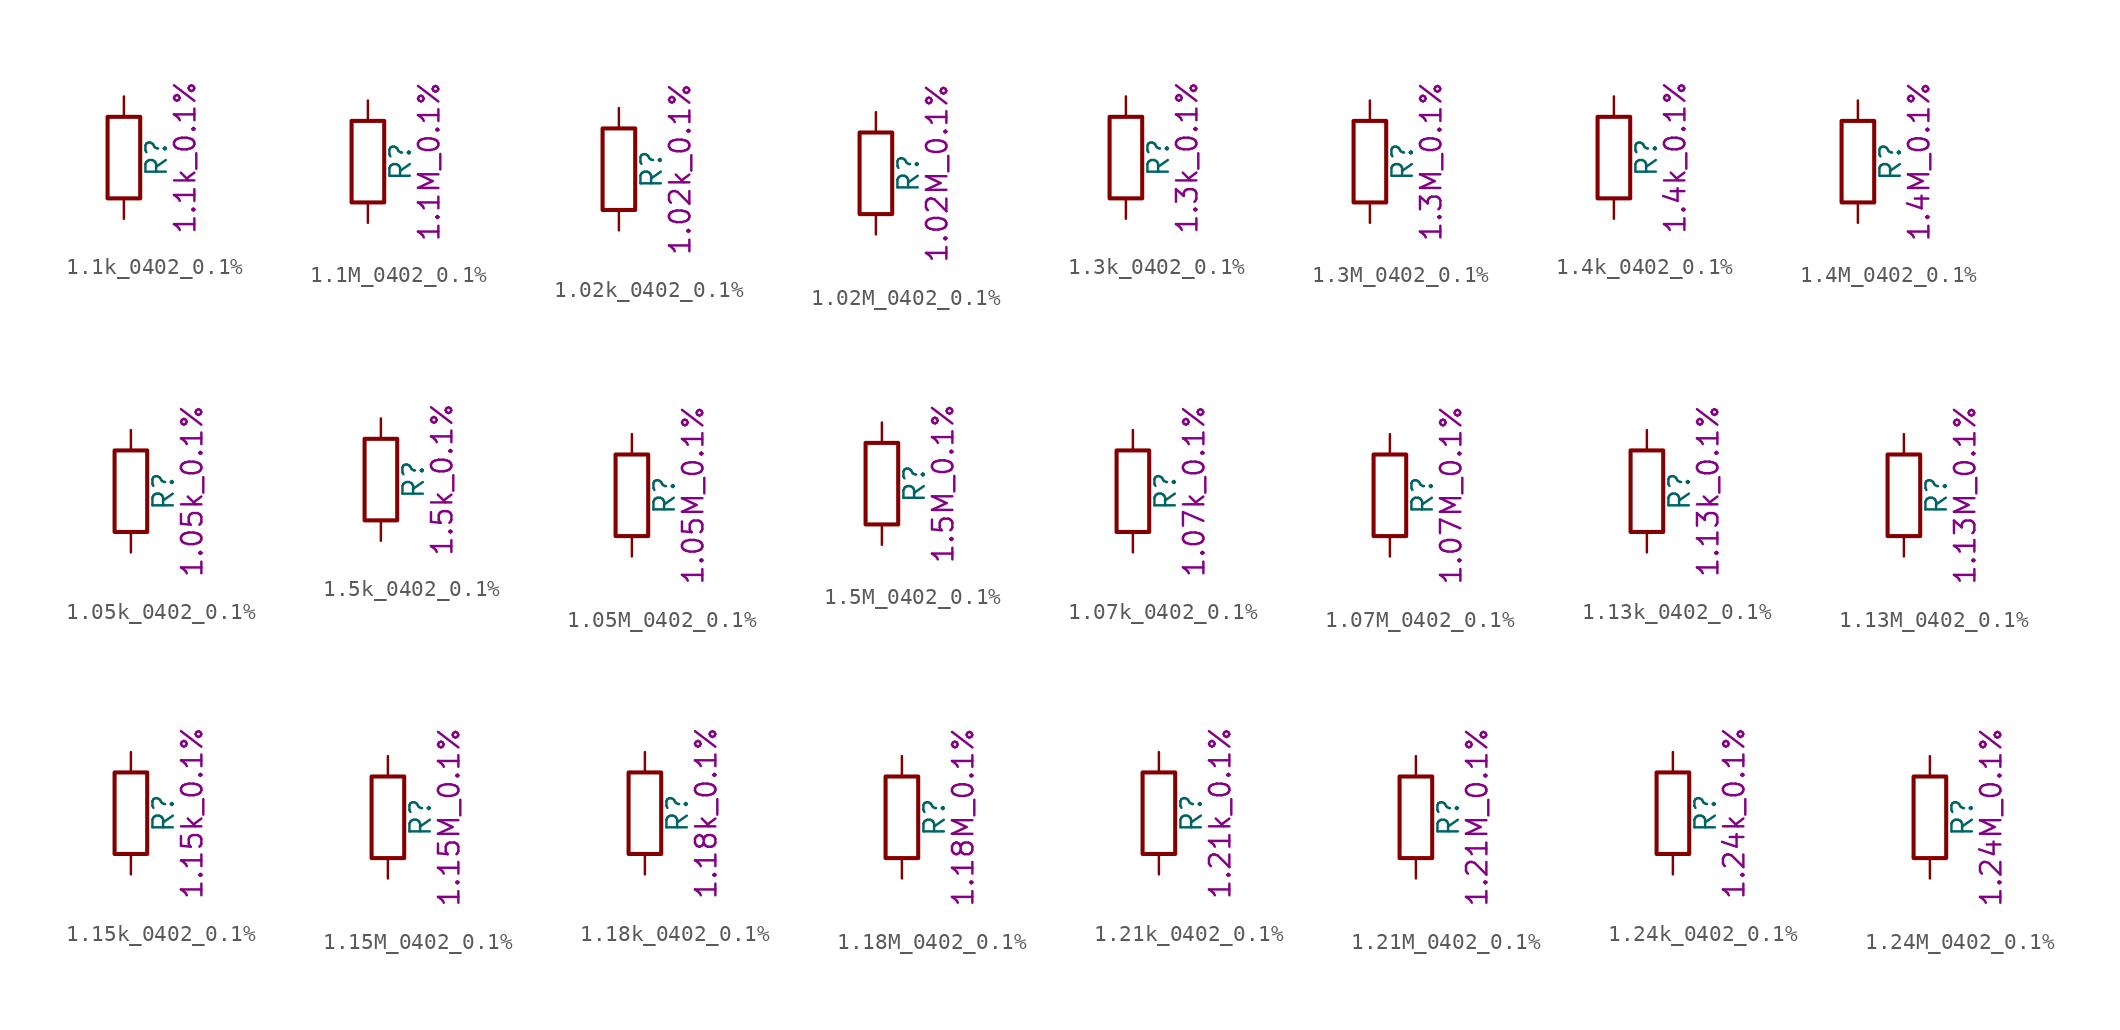
<source format=kicad_sym>
(kicad_symbol_lib
  (version 20211014)
  (generator kicad_symbol_editor)
  (symbol "1.1k_0402_0.1%"
    (pin_numbers hide)
    (pin_names
      (offset 0))
    (property "Reference" "R"
      (at 2.032 0 90)
      (effects (font (size 1.27 1.27))))
    (property "Display" "1.1k_0.1%"
      (at 3.81 0 90)
      (effects (font (size 1.27 1.27))))
    (symbol "1.1k_0402_0.1%_0_1"
      (rectangle (start -1.016 -2.54) (end 1.016 2.54) (stroke (width 0.254) (type default) (color 0 0 0 0)) (fill (type none))))
    (symbol "1.1k_0402_0.1%_1_1"
      (pin passive line (at 0 3.81 270) (length 1.27) (name "~" (effects (font (size 1.27 1.27)))) (number "1" (effects (font (size 1.27 1.27)))))
      (pin passive line (at 0 -3.81 90) (length 1.27) (name "~" (effects (font (size 1.27 1.27)))) (number "2" (effects (font (size 1.27 1.27)))))))
  (symbol "1.1M_0402_0.1%"
    (pin_numbers hide)
    (pin_names
      (offset 0))
    (property "Reference" "R"
      (at 2.032 0 90)
      (effects (font (size 1.27 1.27))))
    (property "Display" "1.1M_0.1%"
      (at 3.81 0 90)
      (effects (font (size 1.27 1.27))))
    (symbol "1.1M_0402_0.1%_0_1"
      (rectangle (start -1.016 -2.54) (end 1.016 2.54) (stroke (width 0.254) (type default) (color 0 0 0 0)) (fill (type none))))
    (symbol "1.1M_0402_0.1%_1_1"
      (pin passive line (at 0 3.81 270) (length 1.27) (name "~" (effects (font (size 1.27 1.27)))) (number "1" (effects (font (size 1.27 1.27)))))
      (pin passive line (at 0 -3.81 90) (length 1.27) (name "~" (effects (font (size 1.27 1.27)))) (number "2" (effects (font (size 1.27 1.27)))))))
  (symbol "1.02k_0402_0.1%"
    (pin_numbers hide)
    (pin_names
      (offset 0))
    (property "Reference" "R"
      (at 2.032 0 90)
      (effects (font (size 1.27 1.27))))
    (property "Display" "1.02k_0.1%"
      (at 3.81 0 90)
      (effects (font (size 1.27 1.27))))
    (symbol "1.02k_0402_0.1%_0_1"
      (rectangle (start -1.016 -2.54) (end 1.016 2.54) (stroke (width 0.254) (type default) (color 0 0 0 0)) (fill (type none))))
    (symbol "1.02k_0402_0.1%_1_1"
      (pin passive line (at 0 3.81 270) (length 1.27) (name "~" (effects (font (size 1.27 1.27)))) (number "1" (effects (font (size 1.27 1.27)))))
      (pin passive line (at 0 -3.81 90) (length 1.27) (name "~" (effects (font (size 1.27 1.27)))) (number "2" (effects (font (size 1.27 1.27)))))))
  (symbol "1.02M_0402_0.1%"
    (pin_numbers hide)
    (pin_names
      (offset 0))
    (property "Reference" "R"
      (at 2.032 0 90)
      (effects (font (size 1.27 1.27))))
    (property "Display" "1.02M_0.1%"
      (at 3.81 0 90)
      (effects (font (size 1.27 1.27))))
    (symbol "1.02M_0402_0.1%_0_1"
      (rectangle (start -1.016 -2.54) (end 1.016 2.54) (stroke (width 0.254) (type default) (color 0 0 0 0)) (fill (type none))))
    (symbol "1.02M_0402_0.1%_1_1"
      (pin passive line (at 0 3.81 270) (length 1.27) (name "~" (effects (font (size 1.27 1.27)))) (number "1" (effects (font (size 1.27 1.27)))))
      (pin passive line (at 0 -3.81 90) (length 1.27) (name "~" (effects (font (size 1.27 1.27)))) (number "2" (effects (font (size 1.27 1.27)))))))
  (symbol "1.3k_0402_0.1%"
    (pin_numbers hide)
    (pin_names
      (offset 0))
    (property "Reference" "R"
      (at 2.032 0 90)
      (effects (font (size 1.27 1.27))))
    (property "Display" "1.3k_0.1%"
      (at 3.81 0 90)
      (effects (font (size 1.27 1.27))))
    (symbol "1.3k_0402_0.1%_0_1"
      (rectangle (start -1.016 -2.54) (end 1.016 2.54) (stroke (width 0.254) (type default) (color 0 0 0 0)) (fill (type none))))
    (symbol "1.3k_0402_0.1%_1_1"
      (pin passive line (at 0 3.81 270) (length 1.27) (name "~" (effects (font (size 1.27 1.27)))) (number "1" (effects (font (size 1.27 1.27)))))
      (pin passive line (at 0 -3.81 90) (length 1.27) (name "~" (effects (font (size 1.27 1.27)))) (number "2" (effects (font (size 1.27 1.27)))))))
  (symbol "1.3M_0402_0.1%"
    (pin_numbers hide)
    (pin_names
      (offset 0))
    (property "Reference" "R"
      (at 2.032 0 90)
      (effects (font (size 1.27 1.27))))
    (property "Display" "1.3M_0.1%"
      (at 3.81 0 90)
      (effects (font (size 1.27 1.27))))
    (symbol "1.3M_0402_0.1%_0_1"
      (rectangle (start -1.016 -2.54) (end 1.016 2.54) (stroke (width 0.254) (type default) (color 0 0 0 0)) (fill (type none))))
    (symbol "1.3M_0402_0.1%_1_1"
      (pin passive line (at 0 3.81 270) (length 1.27) (name "~" (effects (font (size 1.27 1.27)))) (number "1" (effects (font (size 1.27 1.27)))))
      (pin passive line (at 0 -3.81 90) (length 1.27) (name "~" (effects (font (size 1.27 1.27)))) (number "2" (effects (font (size 1.27 1.27)))))))
  (symbol "1.4k_0402_0.1%"
    (pin_numbers hide)
    (pin_names
      (offset 0))
    (property "Reference" "R"
      (at 2.032 0 90)
      (effects (font (size 1.27 1.27))))
    (property "Display" "1.4k_0.1%"
      (at 3.81 0 90)
      (effects (font (size 1.27 1.27))))
    (symbol "1.4k_0402_0.1%_0_1"
      (rectangle (start -1.016 -2.54) (end 1.016 2.54) (stroke (width 0.254) (type default) (color 0 0 0 0)) (fill (type none))))
    (symbol "1.4k_0402_0.1%_1_1"
      (pin passive line (at 0 3.81 270) (length 1.27) (name "~" (effects (font (size 1.27 1.27)))) (number "1" (effects (font (size 1.27 1.27)))))
      (pin passive line (at 0 -3.81 90) (length 1.27) (name "~" (effects (font (size 1.27 1.27)))) (number "2" (effects (font (size 1.27 1.27)))))))
  (symbol "1.4M_0402_0.1%"
    (pin_numbers hide)
    (pin_names
      (offset 0))
    (property "Reference" "R"
      (at 2.032 0 90)
      (effects (font (size 1.27 1.27))))
    (property "Display" "1.4M_0.1%"
      (at 3.81 0 90)
      (effects (font (size 1.27 1.27))))
    (symbol "1.4M_0402_0.1%_0_1"
      (rectangle (start -1.016 -2.54) (end 1.016 2.54) (stroke (width 0.254) (type default) (color 0 0 0 0)) (fill (type none))))
    (symbol "1.4M_0402_0.1%_1_1"
      (pin passive line (at 0 3.81 270) (length 1.27) (name "~" (effects (font (size 1.27 1.27)))) (number "1" (effects (font (size 1.27 1.27)))))
      (pin passive line (at 0 -3.81 90) (length 1.27) (name "~" (effects (font (size 1.27 1.27)))) (number "2" (effects (font (size 1.27 1.27)))))))
  (symbol "1.05k_0402_0.1%"
    (pin_numbers hide)
    (pin_names
      (offset 0))
    (property "Reference" "R"
      (at 2.032 0 90)
      (effects (font (size 1.27 1.27))))
    (property "Display" "1.05k_0.1%"
      (at 3.81 0 90)
      (effects (font (size 1.27 1.27))))
    (symbol "1.05k_0402_0.1%_0_1"
      (rectangle (start -1.016 -2.54) (end 1.016 2.54) (stroke (width 0.254) (type default) (color 0 0 0 0)) (fill (type none))))
    (symbol "1.05k_0402_0.1%_1_1"
      (pin passive line (at 0 3.81 270) (length 1.27) (name "~" (effects (font (size 1.27 1.27)))) (number "1" (effects (font (size 1.27 1.27)))))
      (pin passive line (at 0 -3.81 90) (length 1.27) (name "~" (effects (font (size 1.27 1.27)))) (number "2" (effects (font (size 1.27 1.27)))))))
  (symbol "1.5k_0402_0.1%"
    (pin_numbers hide)
    (pin_names
      (offset 0))
    (property "Reference" "R"
      (at 2.032 0 90)
      (effects (font (size 1.27 1.27))))
    (property "Display" "1.5k_0.1%"
      (at 3.81 0 90)
      (effects (font (size 1.27 1.27))))
    (symbol "1.5k_0402_0.1%_0_1"
      (rectangle (start -1.016 -2.54) (end 1.016 2.54) (stroke (width 0.254) (type default) (color 0 0 0 0)) (fill (type none))))
    (symbol "1.5k_0402_0.1%_1_1"
      (pin passive line (at 0 3.81 270) (length 1.27) (name "~" (effects (font (size 1.27 1.27)))) (number "1" (effects (font (size 1.27 1.27)))))
      (pin passive line (at 0 -3.81 90) (length 1.27) (name "~" (effects (font (size 1.27 1.27)))) (number "2" (effects (font (size 1.27 1.27)))))))
  (symbol "1.05M_0402_0.1%"
    (pin_numbers hide)
    (pin_names
      (offset 0))
    (property "Reference" "R"
      (at 2.032 0 90)
      (effects (font (size 1.27 1.27))))
    (property "Display" "1.05M_0.1%"
      (at 3.81 0 90)
      (effects (font (size 1.27 1.27))))
    (symbol "1.05M_0402_0.1%_0_1"
      (rectangle (start -1.016 -2.54) (end 1.016 2.54) (stroke (width 0.254) (type default) (color 0 0 0 0)) (fill (type none))))
    (symbol "1.05M_0402_0.1%_1_1"
      (pin passive line (at 0 3.81 270) (length 1.27) (name "~" (effects (font (size 1.27 1.27)))) (number "1" (effects (font (size 1.27 1.27)))))
      (pin passive line (at 0 -3.81 90) (length 1.27) (name "~" (effects (font (size 1.27 1.27)))) (number "2" (effects (font (size 1.27 1.27)))))))
  (symbol "1.5M_0402_0.1%"
    (pin_numbers hide)
    (pin_names
      (offset 0))
    (property "Reference" "R"
      (at 2.032 0 90)
      (effects (font (size 1.27 1.27))))
    (property "Display" "1.5M_0.1%"
      (at 3.81 0 90)
      (effects (font (size 1.27 1.27))))
    (symbol "1.5M_0402_0.1%_0_1"
      (rectangle (start -1.016 -2.54) (end 1.016 2.54) (stroke (width 0.254) (type default) (color 0 0 0 0)) (fill (type none))))
    (symbol "1.5M_0402_0.1%_1_1"
      (pin passive line (at 0 3.81 270) (length 1.27) (name "~" (effects (font (size 1.27 1.27)))) (number "1" (effects (font (size 1.27 1.27)))))
      (pin passive line (at 0 -3.81 90) (length 1.27) (name "~" (effects (font (size 1.27 1.27)))) (number "2" (effects (font (size 1.27 1.27)))))))
  (symbol "1.07k_0402_0.1%"
    (pin_numbers hide)
    (pin_names
      (offset 0))
    (property "Reference" "R"
      (at 2.032 0 90)
      (effects (font (size 1.27 1.27))))
    (property "Display" "1.07k_0.1%"
      (at 3.81 0 90)
      (effects (font (size 1.27 1.27))))
    (symbol "1.07k_0402_0.1%_0_1"
      (rectangle (start -1.016 -2.54) (end 1.016 2.54) (stroke (width 0.254) (type default) (color 0 0 0 0)) (fill (type none))))
    (symbol "1.07k_0402_0.1%_1_1"
      (pin passive line (at 0 3.81 270) (length 1.27) (name "~" (effects (font (size 1.27 1.27)))) (number "1" (effects (font (size 1.27 1.27)))))
      (pin passive line (at 0 -3.81 90) (length 1.27) (name "~" (effects (font (size 1.27 1.27)))) (number "2" (effects (font (size 1.27 1.27)))))))
  (symbol "1.07M_0402_0.1%"
    (pin_numbers hide)
    (pin_names
      (offset 0))
    (property "Reference" "R"
      (at 2.032 0 90)
      (effects (font (size 1.27 1.27))))
    (property "Display" "1.07M_0.1%"
      (at 3.81 0 90)
      (effects (font (size 1.27 1.27))))
    (symbol "1.07M_0402_0.1%_0_1"
      (rectangle (start -1.016 -2.54) (end 1.016 2.54) (stroke (width 0.254) (type default) (color 0 0 0 0)) (fill (type none))))
    (symbol "1.07M_0402_0.1%_1_1"
      (pin passive line (at 0 3.81 270) (length 1.27) (name "~" (effects (font (size 1.27 1.27)))) (number "1" (effects (font (size 1.27 1.27)))))
      (pin passive line (at 0 -3.81 90) (length 1.27) (name "~" (effects (font (size 1.27 1.27)))) (number "2" (effects (font (size 1.27 1.27)))))))
  (symbol "1.13k_0402_0.1%"
    (pin_numbers hide)
    (pin_names
      (offset 0))
    (property "Reference" "R"
      (at 2.032 0 90)
      (effects (font (size 1.27 1.27))))
    (property "Display" "1.13k_0.1%"
      (at 3.81 0 90)
      (effects (font (size 1.27 1.27))))
    (symbol "1.13k_0402_0.1%_0_1"
      (rectangle (start -1.016 -2.54) (end 1.016 2.54) (stroke (width 0.254) (type default) (color 0 0 0 0)) (fill (type none))))
    (symbol "1.13k_0402_0.1%_1_1"
      (pin passive line (at 0 3.81 270) (length 1.27) (name "~" (effects (font (size 1.27 1.27)))) (number "1" (effects (font (size 1.27 1.27)))))
      (pin passive line (at 0 -3.81 90) (length 1.27) (name "~" (effects (font (size 1.27 1.27)))) (number "2" (effects (font (size 1.27 1.27)))))))
  (symbol "1.13M_0402_0.1%"
    (pin_numbers hide)
    (pin_names
      (offset 0))
    (property "Reference" "R"
      (at 2.032 0 90)
      (effects (font (size 1.27 1.27))))
    (property "Display" "1.13M_0.1%"
      (at 3.81 0 90)
      (effects (font (size 1.27 1.27))))
    (symbol "1.13M_0402_0.1%_0_1"
      (rectangle (start -1.016 -2.54) (end 1.016 2.54) (stroke (width 0.254) (type default) (color 0 0 0 0)) (fill (type none))))
    (symbol "1.13M_0402_0.1%_1_1"
      (pin passive line (at 0 3.81 270) (length 1.27) (name "~" (effects (font (size 1.27 1.27)))) (number "1" (effects (font (size 1.27 1.27)))))
      (pin passive line (at 0 -3.81 90) (length 1.27) (name "~" (effects (font (size 1.27 1.27)))) (number "2" (effects (font (size 1.27 1.27)))))))
  (symbol "1.15k_0402_0.1%"
    (pin_numbers hide)
    (pin_names
      (offset 0))
    (property "Reference" "R"
      (at 2.032 0 90)
      (effects (font (size 1.27 1.27))))
    (property "Display" "1.15k_0.1%"
      (at 3.81 0 90)
      (effects (font (size 1.27 1.27))))
    (symbol "1.15k_0402_0.1%_0_1"
      (rectangle (start -1.016 -2.54) (end 1.016 2.54) (stroke (width 0.254) (type default) (color 0 0 0 0)) (fill (type none))))
    (symbol "1.15k_0402_0.1%_1_1"
      (pin passive line (at 0 3.81 270) (length 1.27) (name "~" (effects (font (size 1.27 1.27)))) (number "1" (effects (font (size 1.27 1.27)))))
      (pin passive line (at 0 -3.81 90) (length 1.27) (name "~" (effects (font (size 1.27 1.27)))) (number "2" (effects (font (size 1.27 1.27)))))))
  (symbol "1.15M_0402_0.1%"
    (pin_numbers hide)
    (pin_names
      (offset 0))
    (property "Reference" "R"
      (at 2.032 0 90)
      (effects (font (size 1.27 1.27))))
    (property "Display" "1.15M_0.1%"
      (at 3.81 0 90)
      (effects (font (size 1.27 1.27))))
    (symbol "1.15M_0402_0.1%_0_1"
      (rectangle (start -1.016 -2.54) (end 1.016 2.54) (stroke (width 0.254) (type default) (color 0 0 0 0)) (fill (type none))))
    (symbol "1.15M_0402_0.1%_1_1"
      (pin passive line (at 0 3.81 270) (length 1.27) (name "~" (effects (font (size 1.27 1.27)))) (number "1" (effects (font (size 1.27 1.27)))))
      (pin passive line (at 0 -3.81 90) (length 1.27) (name "~" (effects (font (size 1.27 1.27)))) (number "2" (effects (font (size 1.27 1.27)))))))
  (symbol "1.18k_0402_0.1%"
    (pin_numbers hide)
    (pin_names
      (offset 0))
    (property "Reference" "R"
      (at 2.032 0 90)
      (effects (font (size 1.27 1.27))))
    (property "Display" "1.18k_0.1%"
      (at 3.81 0 90)
      (effects (font (size 1.27 1.27))))
    (symbol "1.18k_0402_0.1%_0_1"
      (rectangle (start -1.016 -2.54) (end 1.016 2.54) (stroke (width 0.254) (type default) (color 0 0 0 0)) (fill (type none))))
    (symbol "1.18k_0402_0.1%_1_1"
      (pin passive line (at 0 3.81 270) (length 1.27) (name "~" (effects (font (size 1.27 1.27)))) (number "1" (effects (font (size 1.27 1.27)))))
      (pin passive line (at 0 -3.81 90) (length 1.27) (name "~" (effects (font (size 1.27 1.27)))) (number "2" (effects (font (size 1.27 1.27)))))))
  (symbol "1.18M_0402_0.1%"
    (pin_numbers hide)
    (pin_names
      (offset 0))
    (property "Reference" "R"
      (at 2.032 0 90)
      (effects (font (size 1.27 1.27))))
    (property "Display" "1.18M_0.1%"
      (at 3.81 0 90)
      (effects (font (size 1.27 1.27))))
    (symbol "1.18M_0402_0.1%_0_1"
      (rectangle (start -1.016 -2.54) (end 1.016 2.54) (stroke (width 0.254) (type default) (color 0 0 0 0)) (fill (type none))))
    (symbol "1.18M_0402_0.1%_1_1"
      (pin passive line (at 0 3.81 270) (length 1.27) (name "~" (effects (font (size 1.27 1.27)))) (number "1" (effects (font (size 1.27 1.27)))))
      (pin passive line (at 0 -3.81 90) (length 1.27) (name "~" (effects (font (size 1.27 1.27)))) (number "2" (effects (font (size 1.27 1.27)))))))
  (symbol "1.21k_0402_0.1%"
    (pin_numbers hide)
    (pin_names
      (offset 0))
    (property "Reference" "R"
      (at 2.032 0 90)
      (effects (font (size 1.27 1.27))))
    (property "Display" "1.21k_0.1%"
      (at 3.81 0 90)
      (effects (font (size 1.27 1.27))))
    (symbol "1.21k_0402_0.1%_0_1"
      (rectangle (start -1.016 -2.54) (end 1.016 2.54) (stroke (width 0.254) (type default) (color 0 0 0 0)) (fill (type none))))
    (symbol "1.21k_0402_0.1%_1_1"
      (pin passive line (at 0 3.81 270) (length 1.27) (name "~" (effects (font (size 1.27 1.27)))) (number "1" (effects (font (size 1.27 1.27)))))
      (pin passive line (at 0 -3.81 90) (length 1.27) (name "~" (effects (font (size 1.27 1.27)))) (number "2" (effects (font (size 1.27 1.27)))))))
  (symbol "1.21M_0402_0.1%"
    (pin_numbers hide)
    (pin_names
      (offset 0))
    (property "Reference" "R"
      (at 2.032 0 90)
      (effects (font (size 1.27 1.27))))
    (property "Display" "1.21M_0.1%"
      (at 3.81 0 90)
      (effects (font (size 1.27 1.27))))
    (symbol "1.21M_0402_0.1%_0_1"
      (rectangle (start -1.016 -2.54) (end 1.016 2.54) (stroke (width 0.254) (type default) (color 0 0 0 0)) (fill (type none))))
    (symbol "1.21M_0402_0.1%_1_1"
      (pin passive line (at 0 3.81 270) (length 1.27) (name "~" (effects (font (size 1.27 1.27)))) (number "1" (effects (font (size 1.27 1.27)))))
      (pin passive line (at 0 -3.81 90) (length 1.27) (name "~" (effects (font (size 1.27 1.27)))) (number "2" (effects (font (size 1.27 1.27)))))))
  (symbol "1.24k_0402_0.1%"
    (pin_numbers hide)
    (pin_names
      (offset 0))
    (property "Reference" "R"
      (at 2.032 0 90)
      (effects (font (size 1.27 1.27))))
    (property "Display" "1.24k_0.1%"
      (at 3.81 0 90)
      (effects (font (size 1.27 1.27))))
    (symbol "1.24k_0402_0.1%_0_1"
      (rectangle (start -1.016 -2.54) (end 1.016 2.54) (stroke (width 0.254) (type default) (color 0 0 0 0)) (fill (type none))))
    (symbol "1.24k_0402_0.1%_1_1"
      (pin passive line (at 0 3.81 270) (length 1.27) (name "~" (effects (font (size 1.27 1.27)))) (number "1" (effects (font (size 1.27 1.27)))))
      (pin passive line (at 0 -3.81 90) (length 1.27) (name "~" (effects (font (size 1.27 1.27)))) (number "2" (effects (font (size 1.27 1.27)))))))
  (symbol "1.24M_0402_0.1%"
    (pin_numbers hide)
    (pin_names
      (offset 0))
    (property "Reference" "R"
      (at 2.032 0 90)
      (effects (font (size 1.27 1.27))))
    (property "Display" "1.24M_0.1%"
      (at 3.81 0 90)
      (effects (font (size 1.27 1.27))))
    (symbol "1.24M_0402_0.1%_0_1"
      (rectangle (start -1.016 -2.54) (end 1.016 2.54) (stroke (width 0.254) (type default) (color 0 0 0 0)) (fill (type none))))
    (symbol "1.24M_0402_0.1%_1_1"
      (pin passive line (at 0 3.81 270) (length 1.27) (name "~" (effects (font (size 1.27 1.27)))) (number "1" (effects (font (size 1.27 1.27)))))
      (pin passive line (at 0 -3.81 90) (length 1.27) (name "~" (effects (font (size 1.27 1.27)))) (number "2" (effects (font (size 1.27 1.27))))))))
</source>
